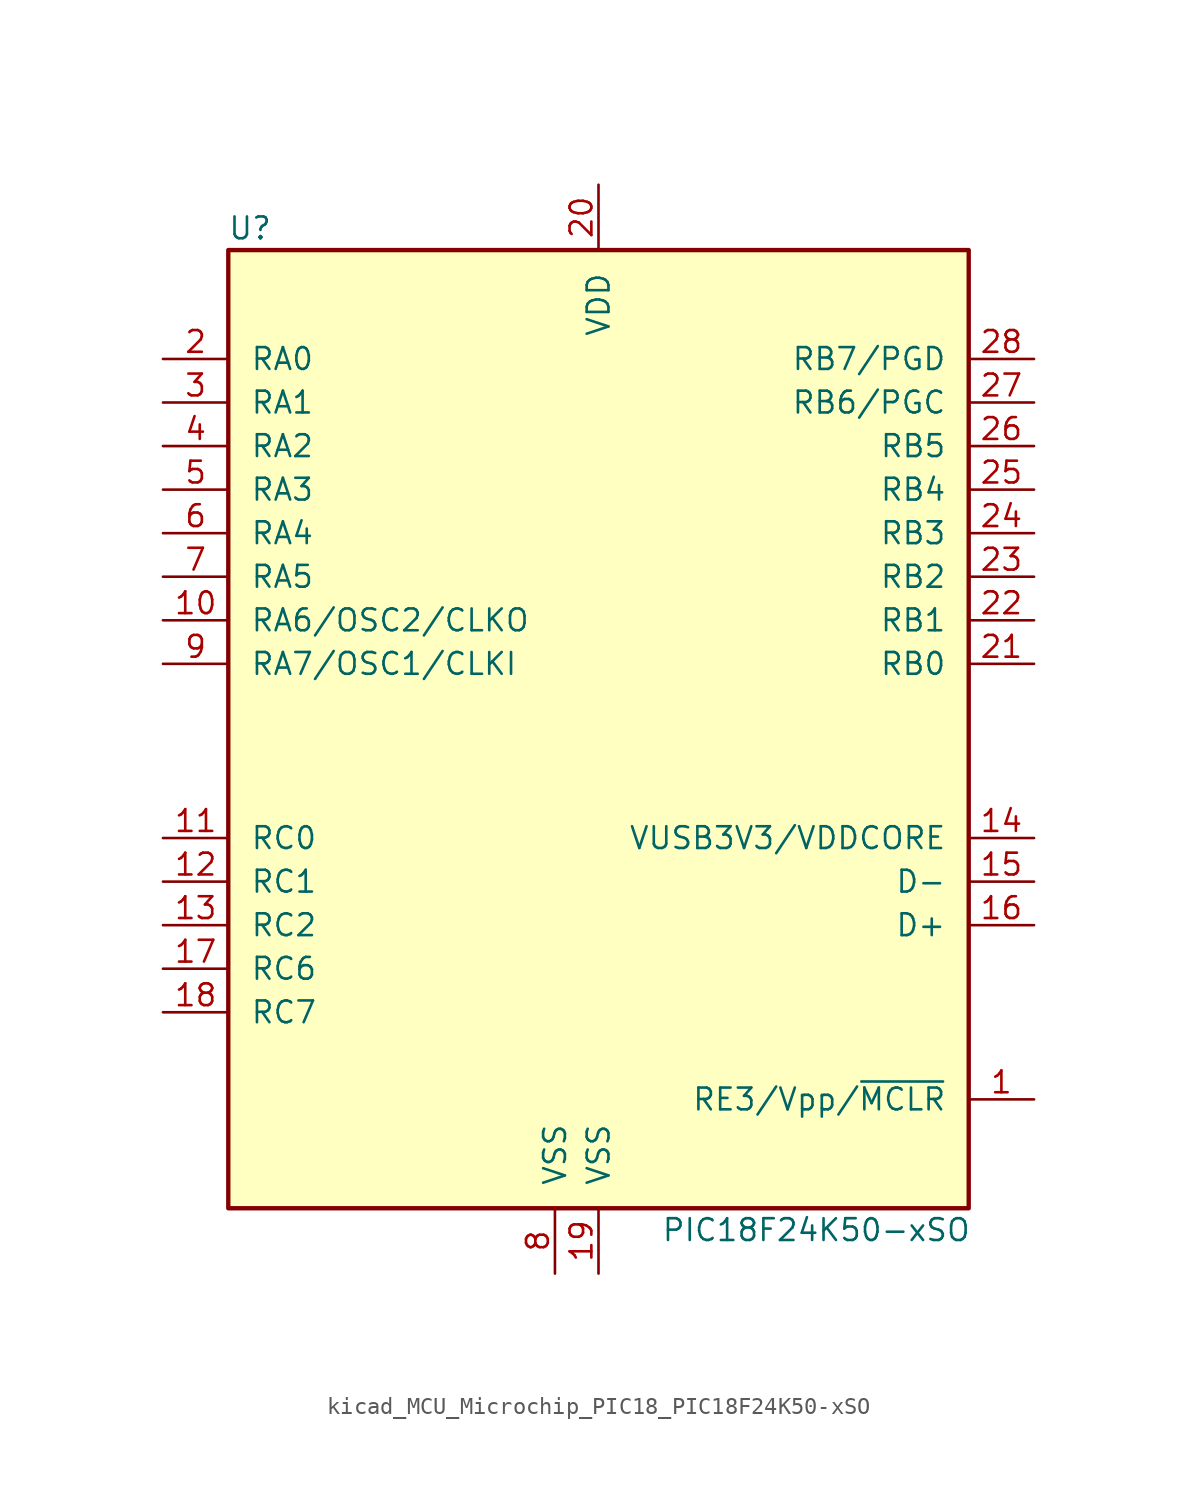
<source format=kicad_sym>
(kicad_symbol_lib
  (version 20220914)
  (generator kicad_symbol_editor)
  (symbol "kicad_MCU_Microchip_PIC18_PIC18F24K50-xSO"
    (pin_names
      (offset 1.27))
    (property "Reference" "U"
      (at -20.32 30.48 0)
      (effects (font (size 1.27 1.27))))
    (property "Value" "PIC18F24K50-xSO"
      (at 12.7 -27.94 0)
      (effects (font (size 1.27 1.27))))
    (symbol "kicad_MCU_Microchip_PIC18_PIC18F24K50-xSO_0_1"
      (rectangle (start -21.59 29.21) (end 21.59 -26.67) (stroke (width 0.254) (type default)) (fill (type background))))
    (symbol "kicad_MCU_Microchip_PIC18_PIC18F24K50-xSO_1_1"
      (pin input line (at 25.4 -20.32 180) (length 3.81) (name "RE3/Vpp/~{MCLR}" (effects (font (size 1.27 1.27)))) (number "1" (effects (font (size 1.27 1.27)))))
      (pin output line (at -25.4 7.62 0) (length 3.81) (name "RA6/OSC2/CLKO" (effects (font (size 1.27 1.27)))) (number "10" (effects (font (size 1.27 1.27)))))
      (pin bidirectional line (at -25.4 -5.08 0) (length 3.81) (name "RC0" (effects (font (size 1.27 1.27)))) (number "11" (effects (font (size 1.27 1.27)))))
      (pin bidirectional line (at -25.4 -7.62 0) (length 3.81) (name "RC1" (effects (font (size 1.27 1.27)))) (number "12" (effects (font (size 1.27 1.27)))))
      (pin bidirectional line (at -25.4 -10.16 0) (length 3.81) (name "RC2" (effects (font (size 1.27 1.27)))) (number "13" (effects (font (size 1.27 1.27)))))
      (pin bidirectional line (at 25.4 -5.08 180) (length 3.81) (name "VUSB3V3/VDDCORE" (effects (font (size 1.27 1.27)))) (number "14" (effects (font (size 1.27 1.27)))))
      (pin bidirectional line (at 25.4 -7.62 180) (length 3.81) (name "D-" (effects (font (size 1.27 1.27)))) (number "15" (effects (font (size 1.27 1.27)))))
      (pin bidirectional line (at 25.4 -10.16 180) (length 3.81) (name "D+" (effects (font (size 1.27 1.27)))) (number "16" (effects (font (size 1.27 1.27)))))
      (pin bidirectional line (at -25.4 -12.7 0) (length 3.81) (name "RC6" (effects (font (size 1.27 1.27)))) (number "17" (effects (font (size 1.27 1.27)))))
      (pin bidirectional line (at -25.4 -15.24 0) (length 3.81) (name "RC7" (effects (font (size 1.27 1.27)))) (number "18" (effects (font (size 1.27 1.27)))))
      (pin power_in line (at 0 -30.48 90) (length 3.81) (name "VSS" (effects (font (size 1.27 1.27)))) (number "19" (effects (font (size 1.27 1.27)))))
      (pin bidirectional line (at -25.4 22.86 0) (length 3.81) (name "RA0" (effects (font (size 1.27 1.27)))) (number "2" (effects (font (size 1.27 1.27)))))
      (pin power_in line (at 0 33.02 270) (length 3.81) (name "VDD" (effects (font (size 1.27 1.27)))) (number "20" (effects (font (size 1.27 1.27)))))
      (pin bidirectional line (at 25.4 5.08 180) (length 3.81) (name "RB0" (effects (font (size 1.27 1.27)))) (number "21" (effects (font (size 1.27 1.27)))))
      (pin bidirectional line (at 25.4 7.62 180) (length 3.81) (name "RB1" (effects (font (size 1.27 1.27)))) (number "22" (effects (font (size 1.27 1.27)))))
      (pin bidirectional line (at 25.4 10.16 180) (length 3.81) (name "RB2" (effects (font (size 1.27 1.27)))) (number "23" (effects (font (size 1.27 1.27)))))
      (pin bidirectional line (at 25.4 12.7 180) (length 3.81) (name "RB3" (effects (font (size 1.27 1.27)))) (number "24" (effects (font (size 1.27 1.27)))))
      (pin bidirectional line (at 25.4 15.24 180) (length 3.81) (name "RB4" (effects (font (size 1.27 1.27)))) (number "25" (effects (font (size 1.27 1.27)))))
      (pin bidirectional line (at 25.4 17.78 180) (length 3.81) (name "RB5" (effects (font (size 1.27 1.27)))) (number "26" (effects (font (size 1.27 1.27)))))
      (pin bidirectional line (at 25.4 20.32 180) (length 3.81) (name "RB6/PGC" (effects (font (size 1.27 1.27)))) (number "27" (effects (font (size 1.27 1.27)))))
      (pin bidirectional line (at 25.4 22.86 180) (length 3.81) (name "RB7/PGD" (effects (font (size 1.27 1.27)))) (number "28" (effects (font (size 1.27 1.27)))))
      (pin bidirectional line (at -25.4 20.32 0) (length 3.81) (name "RA1" (effects (font (size 1.27 1.27)))) (number "3" (effects (font (size 1.27 1.27)))))
      (pin bidirectional line (at -25.4 17.78 0) (length 3.81) (name "RA2" (effects (font (size 1.27 1.27)))) (number "4" (effects (font (size 1.27 1.27)))))
      (pin bidirectional line (at -25.4 15.24 0) (length 3.81) (name "RA3" (effects (font (size 1.27 1.27)))) (number "5" (effects (font (size 1.27 1.27)))))
      (pin bidirectional line (at -25.4 12.7 0) (length 3.81) (name "RA4" (effects (font (size 1.27 1.27)))) (number "6" (effects (font (size 1.27 1.27)))))
      (pin bidirectional line (at -25.4 10.16 0) (length 3.81) (name "RA5" (effects (font (size 1.27 1.27)))) (number "7" (effects (font (size 1.27 1.27)))))
      (pin power_in line (at -2.54 -30.48 90) (length 3.81) (name "VSS" (effects (font (size 1.27 1.27)))) (number "8" (effects (font (size 1.27 1.27)))))
      (pin input line (at -25.4 5.08 0) (length 3.81) (name "RA7/OSC1/CLKI" (effects (font (size 1.27 1.27)))) (number "9" (effects (font (size 1.27 1.27))))))))
</source>
